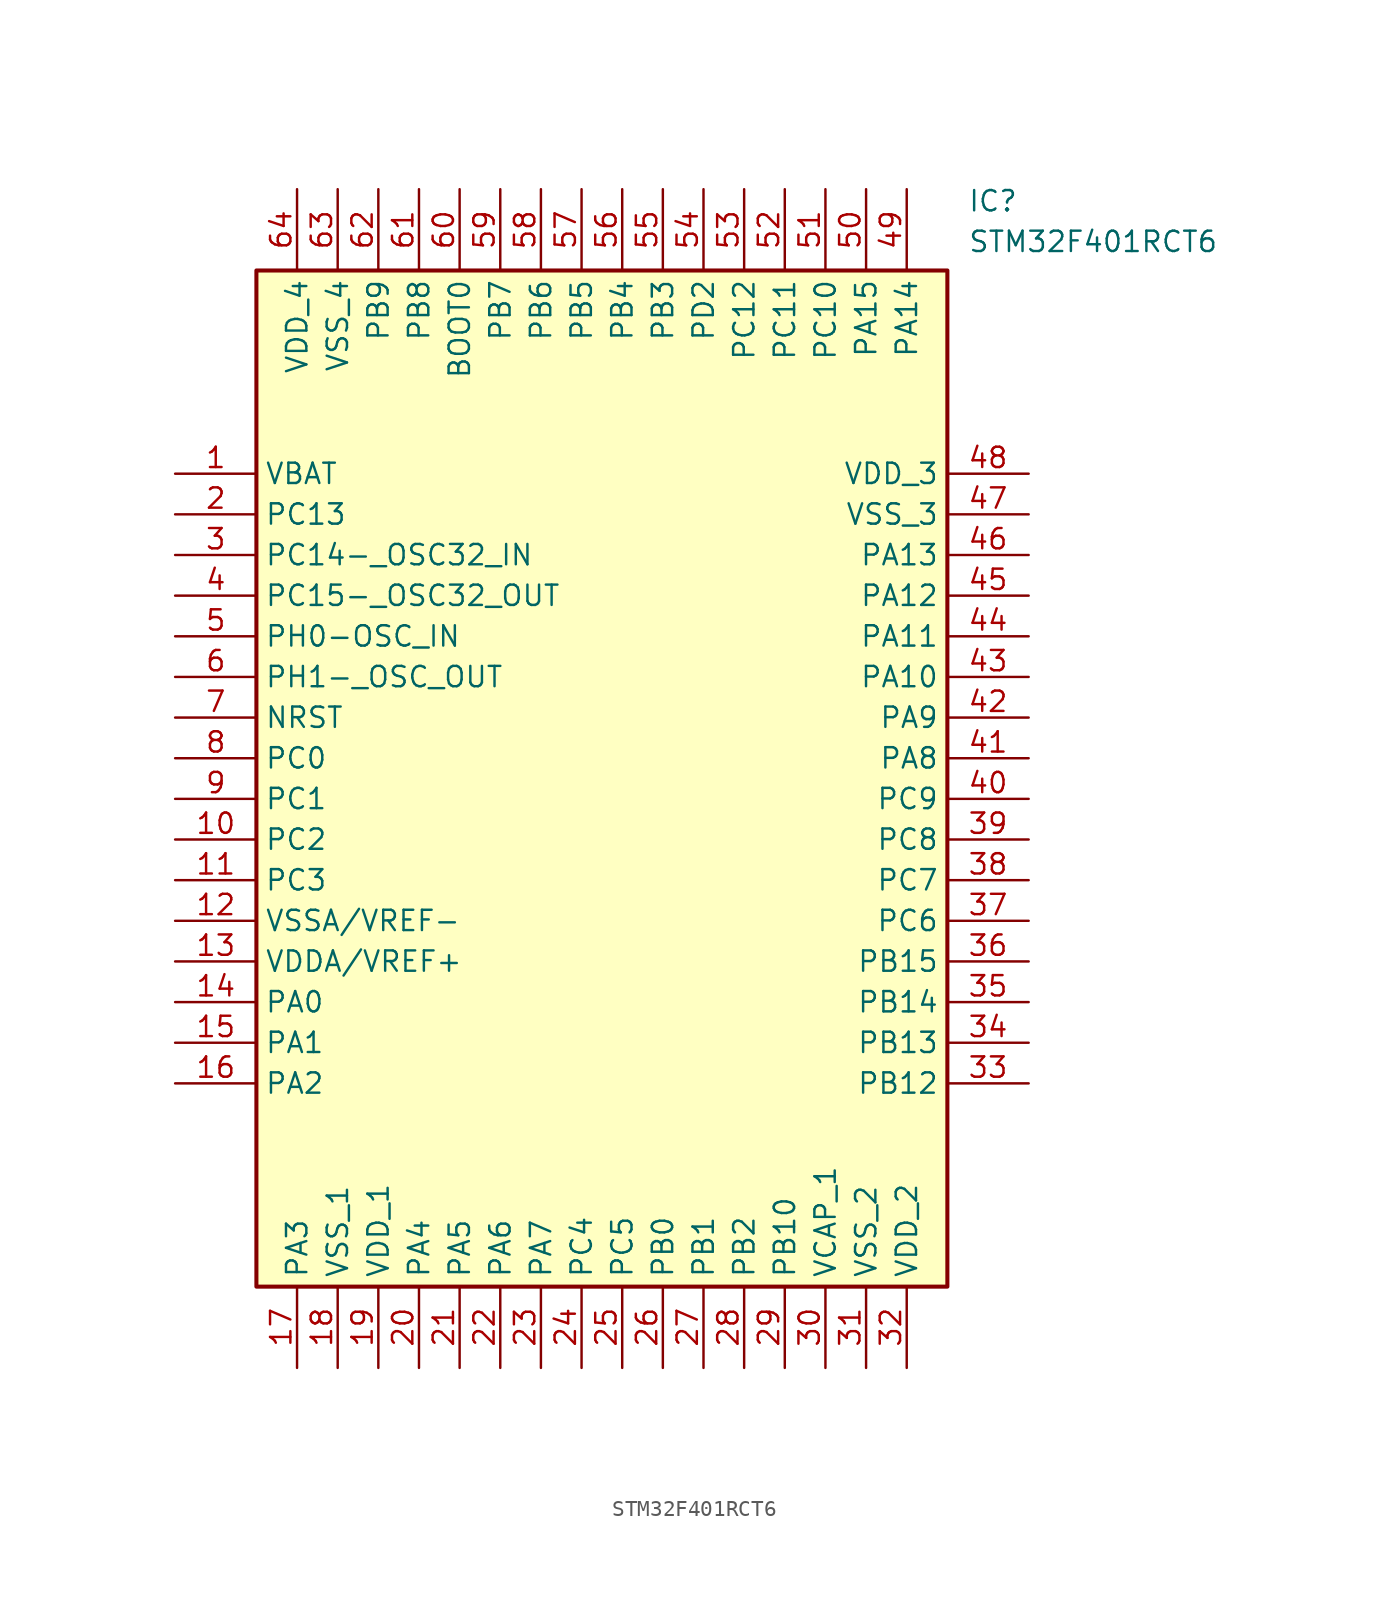
<source format=kicad_sym>
(kicad_symbol_lib
  (version 20241209)
  (generator "kicad_symbol_editor")
  (generator_version "9.0")
  (symbol "STM32F401RCT6"
    (property "Reference" "IC"
      (at 49.53 17.78 0)
      (effects (font (size 1.27 1.27)) (justify left top)))
    (property "Value" "STM32F401RCT6"
      (at 49.53 15.24 0)
      (effects (font (size 1.27 1.27)) (justify left top)))
    (symbol "STM32F401RCT6_1_1"
      (rectangle (start 5.08 12.7) (end 48.26 -50.8) (stroke (width 0.254) (type default)) (fill (type background)))
      (pin passive line (at 0 0 0) (length 5.08) (name "VBAT" (effects (font (size 1.27 1.27)))) (number "1" (effects (font (size 1.27 1.27)))))
      (pin passive line (at 0 -2.54 0) (length 5.08) (name "PC13" (effects (font (size 1.27 1.27)))) (number "2" (effects (font (size 1.27 1.27)))))
      (pin passive line (at 0 -5.08 0) (length 5.08) (name "PC14-_OSC32_IN" (effects (font (size 1.27 1.27)))) (number "3" (effects (font (size 1.27 1.27)))))
      (pin passive line (at 0 -7.62 0) (length 5.08) (name "PC15-_OSC32_OUT" (effects (font (size 1.27 1.27)))) (number "4" (effects (font (size 1.27 1.27)))))
      (pin passive line (at 0 -10.16 0) (length 5.08) (name "PH0-OSC_IN" (effects (font (size 1.27 1.27)))) (number "5" (effects (font (size 1.27 1.27)))))
      (pin passive line (at 0 -12.7 0) (length 5.08) (name "PH1-_OSC_OUT" (effects (font (size 1.27 1.27)))) (number "6" (effects (font (size 1.27 1.27)))))
      (pin passive line (at 0 -15.24 0) (length 5.08) (name "NRST" (effects (font (size 1.27 1.27)))) (number "7" (effects (font (size 1.27 1.27)))))
      (pin passive line (at 0 -17.78 0) (length 5.08) (name "PC0" (effects (font (size 1.27 1.27)))) (number "8" (effects (font (size 1.27 1.27)))))
      (pin passive line (at 0 -20.32 0) (length 5.08) (name "PC1" (effects (font (size 1.27 1.27)))) (number "9" (effects (font (size 1.27 1.27)))))
      (pin passive line (at 0 -22.86 0) (length 5.08) (name "PC2" (effects (font (size 1.27 1.27)))) (number "10" (effects (font (size 1.27 1.27)))))
      (pin passive line (at 0 -25.4 0) (length 5.08) (name "PC3" (effects (font (size 1.27 1.27)))) (number "11" (effects (font (size 1.27 1.27)))))
      (pin passive line (at 0 -27.94 0) (length 5.08) (name "VSSA/VREF-" (effects (font (size 1.27 1.27)))) (number "12" (effects (font (size 1.27 1.27)))))
      (pin passive line (at 0 -30.48 0) (length 5.08) (name "VDDA/VREF+" (effects (font (size 1.27 1.27)))) (number "13" (effects (font (size 1.27 1.27)))))
      (pin passive line (at 0 -33.02 0) (length 5.08) (name "PA0" (effects (font (size 1.27 1.27)))) (number "14" (effects (font (size 1.27 1.27)))))
      (pin passive line (at 0 -35.56 0) (length 5.08) (name "PA1" (effects (font (size 1.27 1.27)))) (number "15" (effects (font (size 1.27 1.27)))))
      (pin passive line (at 0 -38.1 0) (length 5.08) (name "PA2" (effects (font (size 1.27 1.27)))) (number "16" (effects (font (size 1.27 1.27)))))
      (pin passive line (at 7.62 17.78 270) (length 5.08) (name "VDD_4" (effects (font (size 1.27 1.27)))) (number "64" (effects (font (size 1.27 1.27)))))
      (pin passive line (at 7.62 -55.88 90) (length 5.08) (name "PA3" (effects (font (size 1.27 1.27)))) (number "17" (effects (font (size 1.27 1.27)))))
      (pin passive line (at 10.16 17.78 270) (length 5.08) (name "VSS_4" (effects (font (size 1.27 1.27)))) (number "63" (effects (font (size 1.27 1.27)))))
      (pin passive line (at 10.16 -55.88 90) (length 5.08) (name "VSS_1" (effects (font (size 1.27 1.27)))) (number "18" (effects (font (size 1.27 1.27)))))
      (pin passive line (at 12.7 17.78 270) (length 5.08) (name "PB9" (effects (font (size 1.27 1.27)))) (number "62" (effects (font (size 1.27 1.27)))))
      (pin passive line (at 12.7 -55.88 90) (length 5.08) (name "VDD_1" (effects (font (size 1.27 1.27)))) (number "19" (effects (font (size 1.27 1.27)))))
      (pin passive line (at 15.24 17.78 270) (length 5.08) (name "PB8" (effects (font (size 1.27 1.27)))) (number "61" (effects (font (size 1.27 1.27)))))
      (pin passive line (at 15.24 -55.88 90) (length 5.08) (name "PA4" (effects (font (size 1.27 1.27)))) (number "20" (effects (font (size 1.27 1.27)))))
      (pin passive line (at 17.78 17.78 270) (length 5.08) (name "BOOT0" (effects (font (size 1.27 1.27)))) (number "60" (effects (font (size 1.27 1.27)))))
      (pin passive line (at 17.78 -55.88 90) (length 5.08) (name "PA5" (effects (font (size 1.27 1.27)))) (number "21" (effects (font (size 1.27 1.27)))))
      (pin passive line (at 20.32 17.78 270) (length 5.08) (name "PB7" (effects (font (size 1.27 1.27)))) (number "59" (effects (font (size 1.27 1.27)))))
      (pin passive line (at 20.32 -55.88 90) (length 5.08) (name "PA6" (effects (font (size 1.27 1.27)))) (number "22" (effects (font (size 1.27 1.27)))))
      (pin passive line (at 22.86 17.78 270) (length 5.08) (name "PB6" (effects (font (size 1.27 1.27)))) (number "58" (effects (font (size 1.27 1.27)))))
      (pin passive line (at 22.86 -55.88 90) (length 5.08) (name "PA7" (effects (font (size 1.27 1.27)))) (number "23" (effects (font (size 1.27 1.27)))))
      (pin passive line (at 25.4 17.78 270) (length 5.08) (name "PB5" (effects (font (size 1.27 1.27)))) (number "57" (effects (font (size 1.27 1.27)))))
      (pin passive line (at 25.4 -55.88 90) (length 5.08) (name "PC4" (effects (font (size 1.27 1.27)))) (number "24" (effects (font (size 1.27 1.27)))))
      (pin passive line (at 27.94 17.78 270) (length 5.08) (name "PB4" (effects (font (size 1.27 1.27)))) (number "56" (effects (font (size 1.27 1.27)))))
      (pin passive line (at 27.94 -55.88 90) (length 5.08) (name "PC5" (effects (font (size 1.27 1.27)))) (number "25" (effects (font (size 1.27 1.27)))))
      (pin passive line (at 30.48 17.78 270) (length 5.08) (name "PB3" (effects (font (size 1.27 1.27)))) (number "55" (effects (font (size 1.27 1.27)))))
      (pin passive line (at 30.48 -55.88 90) (length 5.08) (name "PB0" (effects (font (size 1.27 1.27)))) (number "26" (effects (font (size 1.27 1.27)))))
      (pin passive line (at 33.02 17.78 270) (length 5.08) (name "PD2" (effects (font (size 1.27 1.27)))) (number "54" (effects (font (size 1.27 1.27)))))
      (pin passive line (at 33.02 -55.88 90) (length 5.08) (name "PB1" (effects (font (size 1.27 1.27)))) (number "27" (effects (font (size 1.27 1.27)))))
      (pin passive line (at 35.56 17.78 270) (length 5.08) (name "PC12" (effects (font (size 1.27 1.27)))) (number "53" (effects (font (size 1.27 1.27)))))
      (pin passive line (at 35.56 -55.88 90) (length 5.08) (name "PB2" (effects (font (size 1.27 1.27)))) (number "28" (effects (font (size 1.27 1.27)))))
      (pin passive line (at 38.1 17.78 270) (length 5.08) (name "PC11" (effects (font (size 1.27 1.27)))) (number "52" (effects (font (size 1.27 1.27)))))
      (pin passive line (at 38.1 -55.88 90) (length 5.08) (name "PB10" (effects (font (size 1.27 1.27)))) (number "29" (effects (font (size 1.27 1.27)))))
      (pin passive line (at 40.64 17.78 270) (length 5.08) (name "PC10" (effects (font (size 1.27 1.27)))) (number "51" (effects (font (size 1.27 1.27)))))
      (pin passive line (at 40.64 -55.88 90) (length 5.08) (name "VCAP_1" (effects (font (size 1.27 1.27)))) (number "30" (effects (font (size 1.27 1.27)))))
      (pin passive line (at 43.18 17.78 270) (length 5.08) (name "PA15" (effects (font (size 1.27 1.27)))) (number "50" (effects (font (size 1.27 1.27)))))
      (pin passive line (at 43.18 -55.88 90) (length 5.08) (name "VSS_2" (effects (font (size 1.27 1.27)))) (number "31" (effects (font (size 1.27 1.27)))))
      (pin passive line (at 45.72 17.78 270) (length 5.08) (name "PA14" (effects (font (size 1.27 1.27)))) (number "49" (effects (font (size 1.27 1.27)))))
      (pin passive line (at 45.72 -55.88 90) (length 5.08) (name "VDD_2" (effects (font (size 1.27 1.27)))) (number "32" (effects (font (size 1.27 1.27)))))
      (pin passive line (at 53.34 0 180) (length 5.08) (name "VDD_3" (effects (font (size 1.27 1.27)))) (number "48" (effects (font (size 1.27 1.27)))))
      (pin passive line (at 53.34 -2.54 180) (length 5.08) (name "VSS_3" (effects (font (size 1.27 1.27)))) (number "47" (effects (font (size 1.27 1.27)))))
      (pin passive line (at 53.34 -5.08 180) (length 5.08) (name "PA13" (effects (font (size 1.27 1.27)))) (number "46" (effects (font (size 1.27 1.27)))))
      (pin passive line (at 53.34 -7.62 180) (length 5.08) (name "PA12" (effects (font (size 1.27 1.27)))) (number "45" (effects (font (size 1.27 1.27)))))
      (pin passive line (at 53.34 -10.16 180) (length 5.08) (name "PA11" (effects (font (size 1.27 1.27)))) (number "44" (effects (font (size 1.27 1.27)))))
      (pin passive line (at 53.34 -12.7 180) (length 5.08) (name "PA10" (effects (font (size 1.27 1.27)))) (number "43" (effects (font (size 1.27 1.27)))))
      (pin passive line (at 53.34 -15.24 180) (length 5.08) (name "PA9" (effects (font (size 1.27 1.27)))) (number "42" (effects (font (size 1.27 1.27)))))
      (pin passive line (at 53.34 -17.78 180) (length 5.08) (name "PA8" (effects (font (size 1.27 1.27)))) (number "41" (effects (font (size 1.27 1.27)))))
      (pin passive line (at 53.34 -20.32 180) (length 5.08) (name "PC9" (effects (font (size 1.27 1.27)))) (number "40" (effects (font (size 1.27 1.27)))))
      (pin passive line (at 53.34 -22.86 180) (length 5.08) (name "PC8" (effects (font (size 1.27 1.27)))) (number "39" (effects (font (size 1.27 1.27)))))
      (pin passive line (at 53.34 -25.4 180) (length 5.08) (name "PC7" (effects (font (size 1.27 1.27)))) (number "38" (effects (font (size 1.27 1.27)))))
      (pin passive line (at 53.34 -27.94 180) (length 5.08) (name "PC6" (effects (font (size 1.27 1.27)))) (number "37" (effects (font (size 1.27 1.27)))))
      (pin passive line (at 53.34 -30.48 180) (length 5.08) (name "PB15" (effects (font (size 1.27 1.27)))) (number "36" (effects (font (size 1.27 1.27)))))
      (pin passive line (at 53.34 -33.02 180) (length 5.08) (name "PB14" (effects (font (size 1.27 1.27)))) (number "35" (effects (font (size 1.27 1.27)))))
      (pin passive line (at 53.34 -35.56 180) (length 5.08) (name "PB13" (effects (font (size 1.27 1.27)))) (number "34" (effects (font (size 1.27 1.27)))))
      (pin passive line (at 53.34 -38.1 180) (length 5.08) (name "PB12" (effects (font (size 1.27 1.27)))) (number "33" (effects (font (size 1.27 1.27))))))))
</source>
